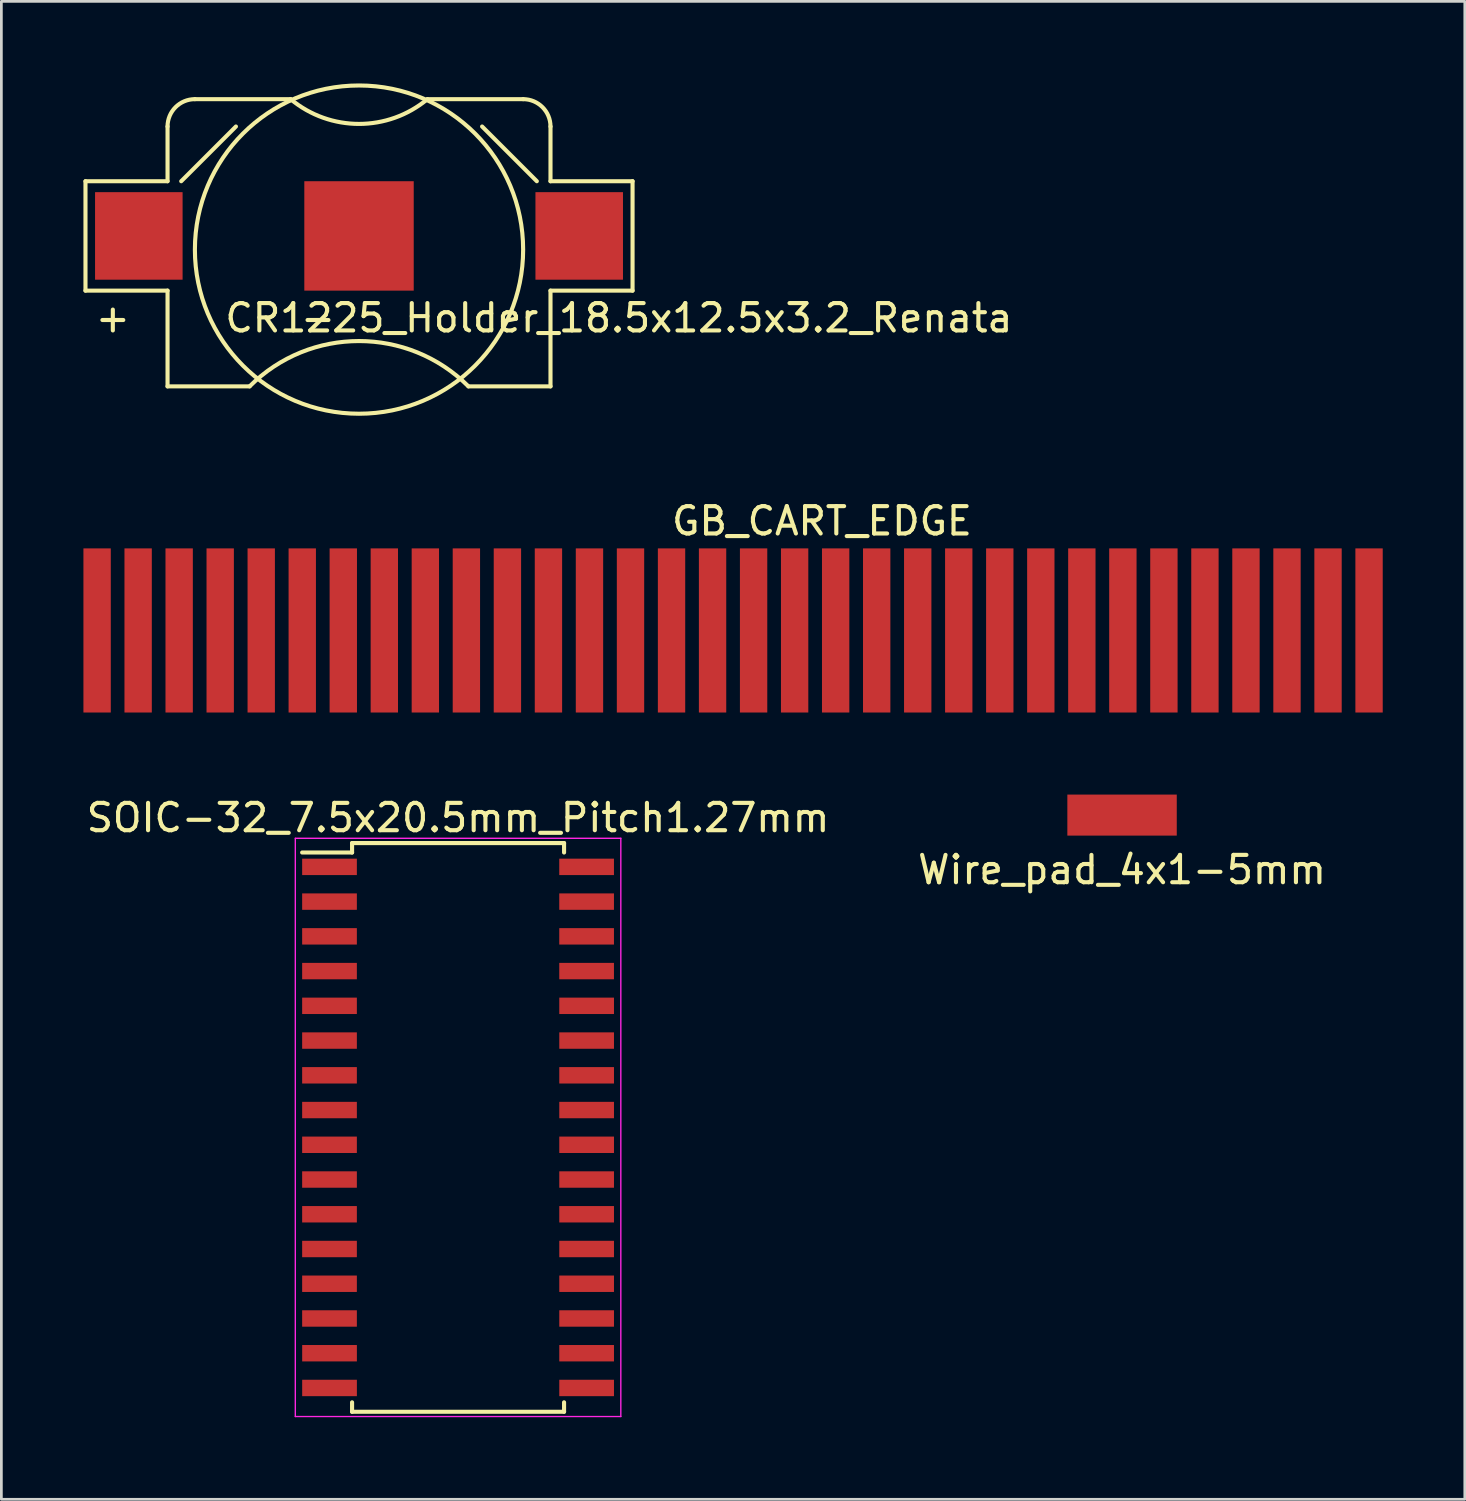
<source format=kicad_pcb>
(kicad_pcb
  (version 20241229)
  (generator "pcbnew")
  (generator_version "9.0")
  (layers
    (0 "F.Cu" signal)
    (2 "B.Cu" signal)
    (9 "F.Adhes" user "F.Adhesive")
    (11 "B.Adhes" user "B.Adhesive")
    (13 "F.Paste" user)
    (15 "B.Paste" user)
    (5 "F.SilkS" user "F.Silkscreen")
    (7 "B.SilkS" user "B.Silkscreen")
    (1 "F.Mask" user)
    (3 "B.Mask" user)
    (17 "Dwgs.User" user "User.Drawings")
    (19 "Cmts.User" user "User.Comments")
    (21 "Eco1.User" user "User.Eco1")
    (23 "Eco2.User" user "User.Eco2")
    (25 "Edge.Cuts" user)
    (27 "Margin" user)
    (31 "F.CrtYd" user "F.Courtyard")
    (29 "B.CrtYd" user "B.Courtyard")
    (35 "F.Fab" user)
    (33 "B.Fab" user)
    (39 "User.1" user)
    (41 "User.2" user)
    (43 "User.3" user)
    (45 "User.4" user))
  (footprint "GB_CART_EDGE"
    (layer "F.Cu")
    (at 23.5 16.998)
    (property "Reference" "GB_CART_EDGE" (at 3.5 -1 0) (layer "F.SilkS") (effects (font (size 1 1) (thickness 0.15))))
    (attr through_hole)
    (pad "1" connect rect (at -23 3) (size 1 6) (layers "F.Cu" "F.Mask"))
    (pad "2" connect rect (at -21.5 3) (size 1 6) (layers "F.Cu" "F.Mask"))
    (pad "3" connect rect (at -20 3) (size 1 6) (layers "F.Cu" "F.Mask"))
    (pad "4" connect rect (at -18.5 3) (size 1 6) (layers "F.Cu" "F.Mask"))
    (pad "5" connect rect (at -17 3) (size 1 6) (layers "F.Cu" "F.Mask"))
    (pad "6" connect rect (at -15.5 3) (size 1 6) (layers "F.Cu" "F.Mask"))
    (pad "7" connect rect (at -14 3) (size 1 6) (layers "F.Cu" "F.Mask"))
    (pad "8" connect rect (at -12.5 3) (size 1 6) (layers "F.Cu" "F.Mask"))
    (pad "9" connect rect (at -11 3) (size 1 6) (layers "F.Cu" "F.Mask"))
    (pad "10" connect rect (at -9.5 3) (size 1 6) (layers "F.Cu" "F.Mask"))
    (pad "11" connect rect (at -8 3) (size 1 6) (layers "F.Cu" "F.Mask"))
    (pad "12" connect rect (at -6.5 3) (size 1 6) (layers "F.Cu" "F.Mask"))
    (pad "13" connect rect (at -5 3) (size 1 6) (layers "F.Cu" "F.Mask"))
    (pad "14" connect rect (at -3.5 3) (size 1 6) (layers "F.Cu" "F.Mask"))
    (pad "15" connect rect (at -2 3) (size 1 6) (layers "F.Cu" "F.Mask"))
    (pad "16" connect rect (at -0.5 3) (size 1 6) (layers "F.Cu" "F.Mask"))
    (pad "17" connect rect (at 1 3) (size 1 6) (layers "F.Cu" "F.Mask"))
    (pad "18" connect rect (at 2.5 3) (size 1 6) (layers "F.Cu" "F.Mask"))
    (pad "19" connect rect (at 4 3) (size 1 6) (layers "F.Cu" "F.Mask"))
    (pad "20" connect rect (at 5.5 3) (size 1 6) (layers "F.Cu" "F.Mask"))
    (pad "21" connect rect (at 7 3) (size 1 6) (layers "F.Cu" "F.Mask"))
    (pad "22" connect rect (at 8.5 3) (size 1 6) (layers "F.Cu" "F.Mask"))
    (pad "23" connect rect (at 10 3) (size 1 6) (layers "F.Cu" "F.Mask"))
    (pad "24" connect rect (at 11.5 3) (size 1 6) (layers "F.Cu" "F.Mask"))
    (pad "25" connect rect (at 13 3) (size 1 6) (layers "F.Cu" "F.Mask"))
    (pad "26" connect rect (at 14.5 3) (size 1 6) (layers "F.Cu" "F.Mask"))
    (pad "27" connect rect (at 16 3) (size 1 6) (layers "F.Cu" "F.Mask"))
    (pad "28" connect rect (at 17.5 3) (size 1 6) (layers "F.Cu" "F.Mask"))
    (pad "29" connect rect (at 19 3) (size 1 6) (layers "F.Cu" "F.Mask"))
    (pad "30" connect rect (at 20.5 3) (size 1 6) (layers "F.Cu" "F.Mask"))
    (pad "31" connect rect (at 22 3) (size 1 6) (layers "F.Cu" "F.Mask"))
    (pad "32" connect rect (at 23.5 3) (size 1 6) (layers "F.Cu" "F.Mask")))
  (footprint "CR1225_Holder_18.5x12.5x3.2_Renata"
    (layer "F.Cu")
    (at 10.075 5.575)
    (property "Reference" "CR1225_Holder_18.5x12.5x3.2_Renata" (at 9.5 3 0) (layer "F.SilkS") (effects (font (size 1 1) (thickness 0.15))))
    (attr through_hole)
    (fp_line (start -10 -2) (end -7 -2) (stroke (width 0.15) (type solid)) (layer "F.SilkS"))
    (fp_line (start -10 2) (end -10 -2) (stroke (width 0.15) (type solid)) (layer "F.SilkS"))
    (fp_line (start -7 -2) (end -7 -4) (stroke (width 0.15) (type solid)) (layer "F.SilkS"))
    (fp_line (start -7 2) (end -10 2) (stroke (width 0.15) (type solid)) (layer "F.SilkS"))
    (fp_line (start -7 5.5) (end -7 2) (stroke (width 0.15) (type solid)) (layer "F.SilkS"))
    (fp_line (start -6.5 -2) (end -4.5 -4) (stroke (width 0.15) (type solid)) (layer "F.SilkS"))
    (fp_line (start -6 -5) (end -2.5 -5) (stroke (width 0.15) (type solid)) (layer "F.SilkS"))
    (fp_line (start -4 5.5) (end -7 5.5) (stroke (width 0.15) (type solid)) (layer "F.SilkS"))
    (fp_line (start 2.5 -5) (end 6 -5) (stroke (width 0.15) (type solid)) (layer "F.SilkS"))
    (fp_line (start 6.5 -2) (end 4.5 -4) (stroke (width 0.15) (type solid)) (layer "F.SilkS"))
    (fp_line (start 7 -4) (end 7 -2) (stroke (width 0.15) (type solid)) (layer "F.SilkS"))
    (fp_line (start 7 -2) (end 10 -2) (stroke (width 0.15) (type solid)) (layer "F.SilkS"))
    (fp_line (start 7 2) (end 7 5.5) (stroke (width 0.15) (type solid)) (layer "F.SilkS"))
    (fp_line (start 7 5.5) (end 4 5.5) (stroke (width 0.15) (type solid)) (layer "F.SilkS"))
    (fp_line (start 10 -2) (end 10 2) (stroke (width 0.15) (type solid)) (layer "F.SilkS"))
    (fp_line (start 10 2) (end 7 2) (stroke (width 0.15) (type solid)) (layer "F.SilkS"))
    (fp_arc (start -7 -4) (mid -6.707107 -4.707107) (end -6 -5) (stroke (width 0.15) (type solid)) (layer "F.SilkS"))
    (fp_arc (start -4 5.5) (mid 0 3.843146) (end 4 5.5) (stroke (width 0.15) (type solid)) (layer "F.SilkS"))
    (fp_arc (start 2.5 -5) (mid 0 -4.094875) (end -2.5 -5) (stroke (width 0.15) (type solid)) (layer "F.SilkS"))
    (fp_arc (start 6 -5) (mid 6.707107 -4.707107) (end 7 -4) (stroke (width 0.15) (type solid)) (layer "F.SilkS"))
    (fp_circle (center 0 0.5) (end 6 0.5) (stroke (width 0.15) (type solid)) (fill no) (layer "F.SilkS"))
    (fp_text user "+" (at -9 3 0) (layer "F.SilkS") (effects (font (size 1 1) (thickness 0.15))))
    (fp_text user "-" (at -1.5 3 0) (layer "F.SilkS") (effects (font (size 1 1) (thickness 0.15))))
    (pad "1" smd rect (at -8.05 0) (size 3.2 3.2) (layers "F.Cu" "F.Mask" "F.Paste"))
    (pad "1" smd rect (at 8.05 0) (size 3.2 3.2) (layers "F.Cu" "F.Mask" "F.Paste"))
    (pad "2" smd rect (at 0 0) (size 4 4) (layers "F.Cu" "F.Mask" "F.Paste")))
  (footprint "SOIC-32_7.5x20.5mm_Pitch1.27mm"
    (layer "F.Cu")
    (at 13.696 38.166)
    (property "Reference" "SOIC-32_7.5x20.5mm_Pitch1.27mm" (at 0 -11.32 0) (layer "F.SilkS") (effects (font (size 1 1) (thickness 0.15))))
    (attr smd)
    (fp_line (start -3.875 -10.395) (end -3.875 -10.05) (stroke (width 0.15) (type solid)) (layer "F.SilkS"))
    (fp_line (start -3.875 -10.395) (end 3.875 -10.395) (stroke (width 0.15) (type solid)) (layer "F.SilkS"))
    (fp_line (start -3.875 -10.05) (end -5.7 -10.05) (stroke (width 0.15) (type solid)) (layer "F.SilkS"))
    (fp_line (start -3.875 10.395) (end -3.875 10.05) (stroke (width 0.15) (type solid)) (layer "F.SilkS"))
    (fp_line (start -3.875 10.395) (end 3.875 10.395) (stroke (width 0.15) (type solid)) (layer "F.SilkS"))
    (fp_line (start 3.875 -10.395) (end 3.875 -10.05) (stroke (width 0.15) (type solid)) (layer "F.SilkS"))
    (fp_line (start 3.875 10.395) (end 3.875 10.05) (stroke (width 0.15) (type solid)) (layer "F.SilkS"))
    (fp_line (start -5.95 -10.57) (end -5.95 10.57) (stroke (width 0.05) (type solid)) (layer "F.CrtYd"))
    (fp_line (start -5.95 -10.57) (end 5.95 -10.57) (stroke (width 0.05) (type solid)) (layer "F.CrtYd"))
    (fp_line (start -5.95 10.57) (end 5.95 10.57) (stroke (width 0.05) (type solid)) (layer "F.CrtYd"))
    (fp_line (start 5.95 -10.57) (end 5.95 10.57) (stroke (width 0.05) (type solid)) (layer "F.CrtYd"))
    (pad "1" smd rect (at -4.7 -9.525) (size 2 0.6) (layers "F.Cu" "F.Mask" "F.Paste"))
    (pad "2" smd rect (at -4.7 -8.255) (size 2 0.6) (layers "F.Cu" "F.Mask" "F.Paste"))
    (pad "3" smd rect (at -4.7 -6.985) (size 2 0.6) (layers "F.Cu" "F.Mask" "F.Paste"))
    (pad "4" smd rect (at -4.7 -5.715) (size 2 0.6) (layers "F.Cu" "F.Mask" "F.Paste"))
    (pad "5" smd rect (at -4.7 -4.445) (size 2 0.6) (layers "F.Cu" "F.Mask" "F.Paste"))
    (pad "6" smd rect (at -4.7 -3.175) (size 2 0.6) (layers "F.Cu" "F.Mask" "F.Paste"))
    (pad "7" smd rect (at -4.7 -1.905) (size 2 0.6) (layers "F.Cu" "F.Mask" "F.Paste"))
    (pad "8" smd rect (at -4.7 -0.635) (size 2 0.6) (layers "F.Cu" "F.Mask" "F.Paste"))
    (pad "9" smd rect (at -4.7 0.635) (size 2 0.6) (layers "F.Cu" "F.Mask" "F.Paste"))
    (pad "10" smd rect (at -4.7 1.905) (size 2 0.6) (layers "F.Cu" "F.Mask" "F.Paste"))
    (pad "11" smd rect (at -4.7 3.175) (size 2 0.6) (layers "F.Cu" "F.Mask" "F.Paste"))
    (pad "12" smd rect (at -4.7 4.445) (size 2 0.6) (layers "F.Cu" "F.Mask" "F.Paste"))
    (pad "13" smd rect (at -4.7 5.715) (size 2 0.6) (layers "F.Cu" "F.Mask" "F.Paste"))
    (pad "14" smd rect (at -4.7 6.985) (size 2 0.6) (layers "F.Cu" "F.Mask" "F.Paste"))
    (pad "15" smd rect (at -4.699 8.255) (size 2 0.6) (layers "F.Cu" "F.Mask" "F.Paste"))
    (pad "16" smd rect (at -4.699 9.525) (size 2 0.6) (layers "F.Cu" "F.Mask" "F.Paste"))
    (pad "17" smd rect (at 4.7 9.525) (size 2 0.6) (layers "F.Cu" "F.Mask" "F.Paste"))
    (pad "18" smd rect (at 4.7 8.255) (size 2 0.6) (layers "F.Cu" "F.Mask" "F.Paste"))
    (pad "19" smd rect (at 4.7 6.985) (size 2 0.6) (layers "F.Cu" "F.Mask" "F.Paste"))
    (pad "20" smd rect (at 4.7 5.715) (size 2 0.6) (layers "F.Cu" "F.Mask" "F.Paste"))
    (pad "21" smd rect (at 4.7 4.445) (size 2 0.6) (layers "F.Cu" "F.Mask" "F.Paste"))
    (pad "22" smd rect (at 4.7 3.175) (size 2 0.6) (layers "F.Cu" "F.Mask" "F.Paste"))
    (pad "23" smd rect (at 4.7 1.905) (size 2 0.6) (layers "F.Cu" "F.Mask" "F.Paste"))
    (pad "24" smd rect (at 4.7 0.635) (size 2 0.6) (layers "F.Cu" "F.Mask" "F.Paste"))
    (pad "25" smd rect (at 4.7 -0.635) (size 2 0.6) (layers "F.Cu" "F.Mask" "F.Paste"))
    (pad "26" smd rect (at 4.7 -1.905) (size 2 0.6) (layers "F.Cu" "F.Mask" "F.Paste"))
    (pad "27" smd rect (at 4.7 -3.175) (size 2 0.6) (layers "F.Cu" "F.Mask" "F.Paste"))
    (pad "28" smd rect (at 4.7 -4.445) (size 2 0.6) (layers "F.Cu" "F.Mask" "F.Paste"))
    (pad "29" smd rect (at 4.699 -5.715) (size 2 0.6) (layers "F.Cu" "F.Mask" "F.Paste"))
    (pad "30" smd rect (at 4.699 -6.985) (size 2 0.6) (layers "F.Cu" "F.Mask" "F.Paste"))
    (pad "31" smd rect (at 4.699 -8.255) (size 2 0.6) (layers "F.Cu" "F.Mask" "F.Paste"))
    (pad "32" smd rect (at 4.699 -9.525) (size 2 0.6) (layers "F.Cu" "F.Mask" "F.Paste")))
  (footprint "Wire_pad_4x1-5mm"
    (layer "F.Cu")
    (at 37.97 26.748)
    (property "Reference" "Wire_pad_4x1-5mm" (at 0 2 0) (layer "F.SilkS") (effects (font (size 1 1) (thickness 0.15))))
    (attr through_hole)
    (pad "1" connect rect (at 0 0) (size 4 1.5) (layers "F.Cu" "F.Mask")))
  (gr_rect
    (start -3 -3)
    (end 50.5 51.761)
    (stroke (width 0.1) (type default))
    (fill no)
    (layer "Edge.Cuts")))
</source>
